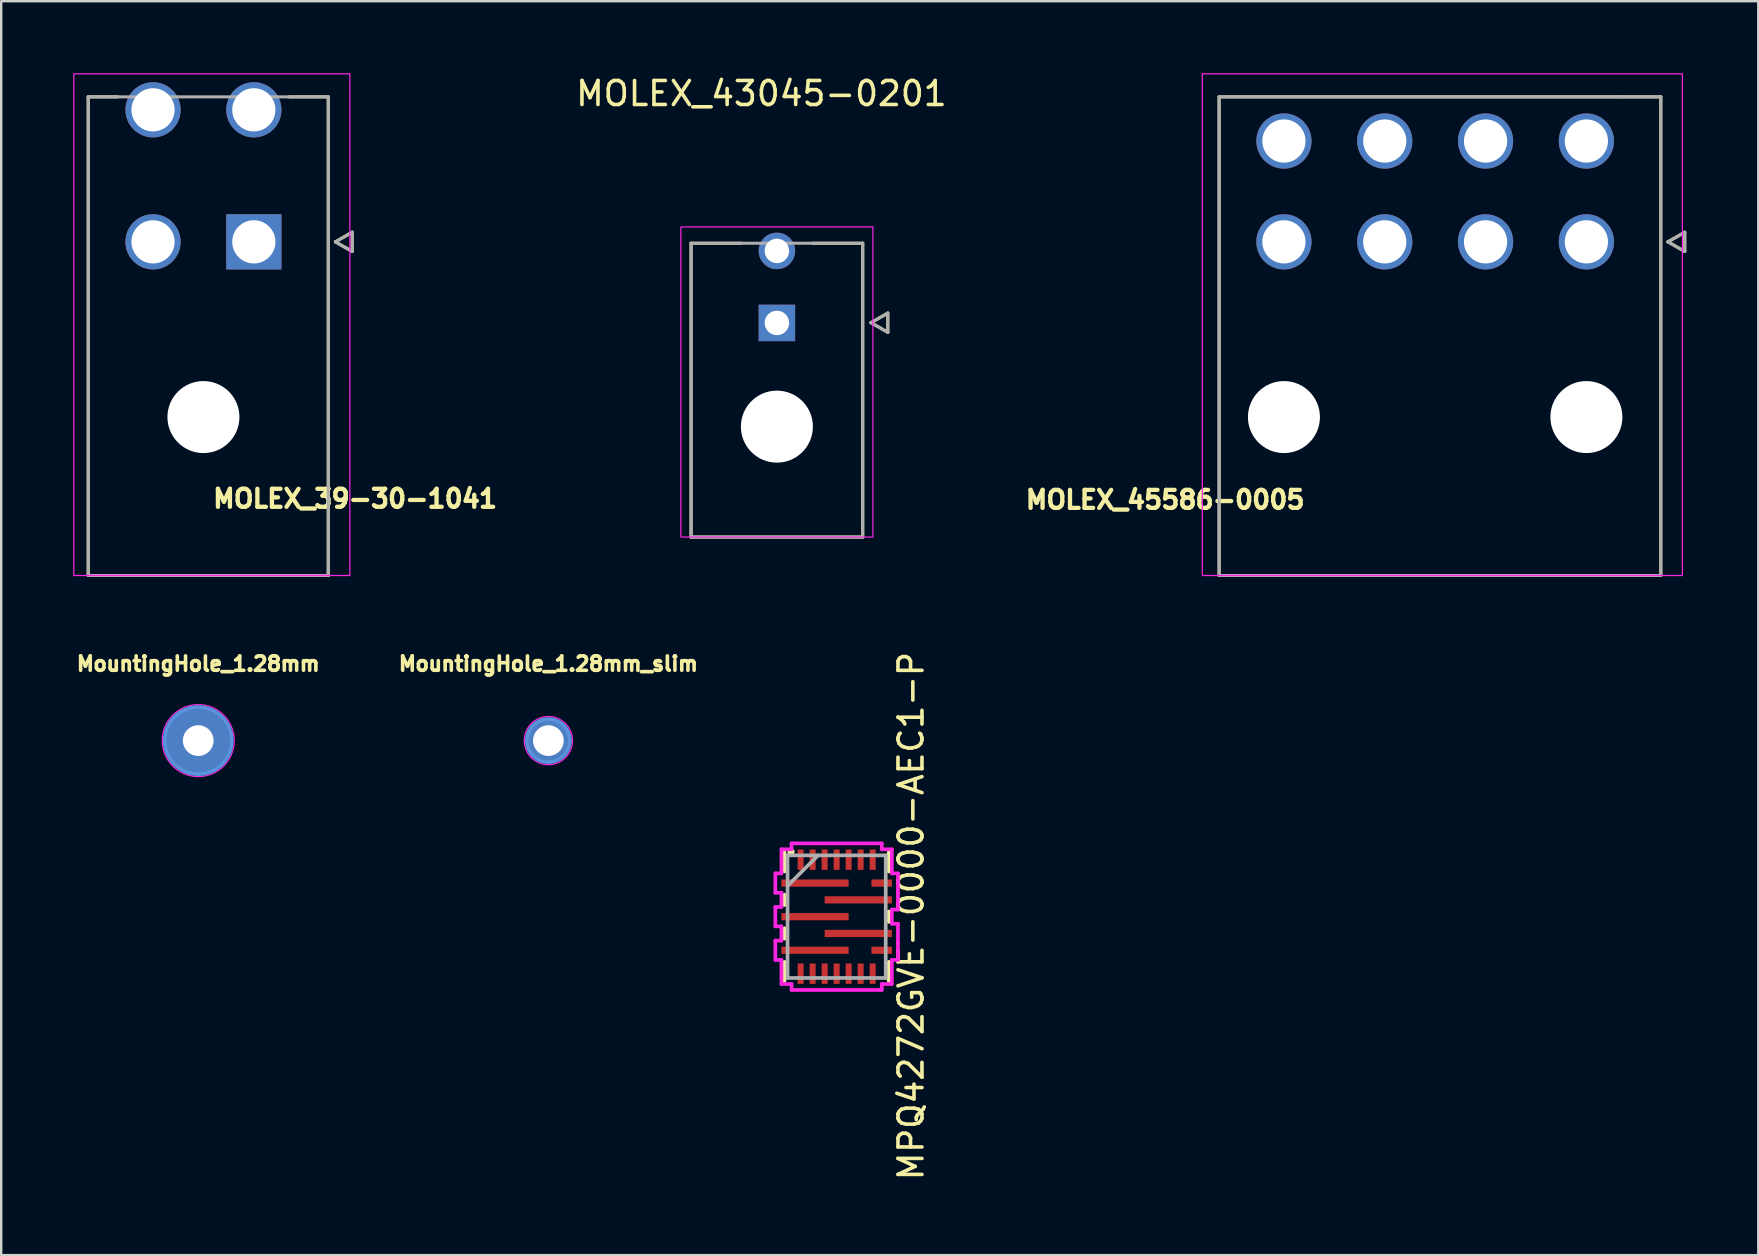
<source format=kicad_pcb>
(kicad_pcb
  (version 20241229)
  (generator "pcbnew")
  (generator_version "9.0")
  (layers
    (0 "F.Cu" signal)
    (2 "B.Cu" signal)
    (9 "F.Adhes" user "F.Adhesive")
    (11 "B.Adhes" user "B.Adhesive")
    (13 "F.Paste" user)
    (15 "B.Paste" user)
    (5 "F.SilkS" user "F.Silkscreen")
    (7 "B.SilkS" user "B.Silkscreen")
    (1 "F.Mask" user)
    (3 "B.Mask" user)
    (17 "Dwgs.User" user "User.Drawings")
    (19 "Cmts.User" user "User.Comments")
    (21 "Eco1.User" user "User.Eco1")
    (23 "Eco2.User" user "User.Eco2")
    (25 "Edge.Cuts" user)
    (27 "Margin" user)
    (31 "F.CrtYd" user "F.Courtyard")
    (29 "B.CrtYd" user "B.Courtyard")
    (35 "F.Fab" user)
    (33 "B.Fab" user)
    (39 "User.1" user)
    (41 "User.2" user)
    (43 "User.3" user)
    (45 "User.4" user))
  (footprint "MountingHole_1.28mm_slim"
    (layer "F.Cu")
    (at 19.795 27.803)
    (property "Reference" "MountingHole_1.28mm_slim" (at 0 -3.2 0) (layer "F.SilkS") (effects (font (size 0.6 0.6) (thickness 0.15))))
    (attr exclude_from_pos_files)
    (fp_circle (center 0 0) (end 0.9 0) (stroke (width 0.15) (type solid)) (fill no) (layer "Cmts.User"))
    (fp_circle (center 0 0) (end 1 0.1) (stroke (width 0.05) (type solid)) (fill no) (layer "F.CrtYd"))
    (pad "1" thru_hole circle (at 0 0) (size 1.8 1.8) (drill 1.28) (layers "*.Cu" "*.Mask")))
  (footprint "MPQ4272GVE-0000-AEC1-P"
    (layer "F.Cu")
    (at 31.804 35.138)
    (property "Reference" "MPQ4272GVE-0000-AEC1-P" (at 3.1 -0.025 90) (layer "F.SilkS") (effects (font (size 1 1) (thickness 0.15))))
    (attr smd)
    (fp_line (start -2.172 -2.68) (end -2.172 -1.883) (stroke (width 0.152) (type solid)) (layer "F.SilkS"))
    (fp_line (start -2.172 -0.917) (end -2.172 -0.483) (stroke (width 0.152) (type solid)) (layer "F.SilkS"))
    (fp_line (start -2.172 0.483) (end -2.172 0.917) (stroke (width 0.152) (type solid)) (layer "F.SilkS"))
    (fp_line (start -2.172 1.883) (end -2.172 2.68) (stroke (width 0.152) (type solid)) (layer "F.SilkS"))
    (fp_line (start 2.172 -1.883) (end 2.172 -2.68) (stroke (width 0.152) (type solid)) (layer "F.SilkS"))
    (fp_line (start 2.172 0.217) (end 2.172 -0.217) (stroke (width 0.152) (type solid)) (layer "F.SilkS"))
    (fp_line (start 2.172 2.68) (end 2.172 1.883) (stroke (width 0.152) (type solid)) (layer "F.SilkS"))
    (fp_circle (center -1.9 -2.7) (end -1.8 -2.7) (stroke (width 0.1) (type solid)) (fill yes) (layer "F.SilkS"))
    (fp_line (start -2.554 -1.804) (end -2.554 -0.996) (stroke (width 0.152) (type solid)) (layer "F.CrtYd"))
    (fp_line (start -2.554 -0.996) (end -2.299 -0.996) (stroke (width 0.152) (type solid)) (layer "F.CrtYd"))
    (fp_line (start -2.554 -0.404) (end -2.554 0.404) (stroke (width 0.152) (type solid)) (layer "F.CrtYd"))
    (fp_line (start -2.554 0.404) (end -2.299 0.404) (stroke (width 0.152) (type solid)) (layer "F.CrtYd"))
    (fp_line (start -2.554 0.996) (end -2.554 1.804) (stroke (width 0.152) (type solid)) (layer "F.CrtYd"))
    (fp_line (start -2.554 1.804) (end -2.299 1.804) (stroke (width 0.152) (type solid)) (layer "F.CrtYd"))
    (fp_line (start -2.299 -2.807) (end -2.299 -1.804) (stroke (width 0.152) (type solid)) (layer "F.CrtYd"))
    (fp_line (start -2.299 -1.804) (end -2.554 -1.804) (stroke (width 0.152) (type solid)) (layer "F.CrtYd"))
    (fp_line (start -2.299 -0.996) (end -2.299 -0.404) (stroke (width 0.152) (type solid)) (layer "F.CrtYd"))
    (fp_line (start -2.299 -0.404) (end -2.554 -0.404) (stroke (width 0.152) (type solid)) (layer "F.CrtYd"))
    (fp_line (start -2.299 0.404) (end -2.299 0.996) (stroke (width 0.152) (type solid)) (layer "F.CrtYd"))
    (fp_line (start -2.299 0.996) (end -2.554 0.996) (stroke (width 0.152) (type solid)) (layer "F.CrtYd"))
    (fp_line (start -2.299 1.804) (end -2.299 2.807) (stroke (width 0.152) (type solid)) (layer "F.CrtYd"))
    (fp_line (start -2.299 2.807) (end -1.879 2.807) (stroke (width 0.152) (type solid)) (layer "F.CrtYd"))
    (fp_line (start -1.879 -3.054) (end -1.879 -2.807) (stroke (width 0.152) (type solid)) (layer "F.CrtYd"))
    (fp_line (start -1.879 -2.807) (end -2.299 -2.807) (stroke (width 0.152) (type solid)) (layer "F.CrtYd"))
    (fp_line (start -1.879 2.807) (end -1.879 3.054) (stroke (width 0.152) (type solid)) (layer "F.CrtYd"))
    (fp_line (start -1.879 3.054) (end 1.879 3.054) (stroke (width 0.152) (type solid)) (layer "F.CrtYd"))
    (fp_line (start 1.879 -3.054) (end -1.879 -3.054) (stroke (width 0.152) (type solid)) (layer "F.CrtYd"))
    (fp_line (start 1.879 -2.807) (end 1.879 -3.054) (stroke (width 0.152) (type solid)) (layer "F.CrtYd"))
    (fp_line (start 1.879 2.807) (end 2.299 2.807) (stroke (width 0.152) (type solid)) (layer "F.CrtYd"))
    (fp_line (start 1.879 3.054) (end 1.879 2.807) (stroke (width 0.152) (type solid)) (layer "F.CrtYd"))
    (fp_line (start 2.299 -2.807) (end 1.879 -2.807) (stroke (width 0.152) (type solid)) (layer "F.CrtYd"))
    (fp_line (start 2.299 -1.804) (end 2.299 -2.807) (stroke (width 0.152) (type solid)) (layer "F.CrtYd"))
    (fp_line (start 2.299 -0.296) (end 2.554 -0.296) (stroke (width 0.152) (type solid)) (layer "F.CrtYd"))
    (fp_line (start 2.299 0.296) (end 2.299 -0.296) (stroke (width 0.152) (type solid)) (layer "F.CrtYd"))
    (fp_line (start 2.299 1.804) (end 2.554 1.804) (stroke (width 0.152) (type solid)) (layer "F.CrtYd"))
    (fp_line (start 2.299 2.807) (end 2.299 1.804) (stroke (width 0.152) (type solid)) (layer "F.CrtYd"))
    (fp_line (start 2.554 -1.804) (end 2.299 -1.804) (stroke (width 0.152) (type solid)) (layer "F.CrtYd"))
    (fp_line (start 2.554 -0.996) (end 2.554 -1.804) (stroke (width 0.152) (type solid)) (layer "F.CrtYd"))
    (fp_line (start 2.554 -0.996) (end 2.554 -0.996) (stroke (width 0.152) (type solid)) (layer "F.CrtYd"))
    (fp_line (start 2.554 -0.296) (end 2.554 -0.996) (stroke (width 0.152) (type solid)) (layer "F.CrtYd"))
    (fp_line (start 2.554 0.296) (end 2.299 0.296) (stroke (width 0.152) (type solid)) (layer "F.CrtYd"))
    (fp_line (start 2.554 1.104) (end 2.554 0.296) (stroke (width 0.152) (type solid)) (layer "F.CrtYd"))
    (fp_line (start 2.554 1.104) (end 2.554 1.104) (stroke (width 0.152) (type solid)) (layer "F.CrtYd"))
    (fp_line (start 2.554 1.804) (end 2.554 1.104) (stroke (width 0.152) (type solid)) (layer "F.CrtYd"))
    (fp_line (start -2.045 -2.553) (end -2.045 2.553) (stroke (width 0.152) (type solid)) (layer "F.Fab"))
    (fp_line (start -2.045 -1.283) (end -0.775 -2.553) (stroke (width 0.152) (type solid)) (layer "F.Fab"))
    (fp_line (start -2.045 2.553) (end 2.045 2.553) (stroke (width 0.152) (type solid)) (layer "F.Fab"))
    (fp_line (start 2.045 -2.553) (end -2.045 -2.553) (stroke (width 0.152) (type solid)) (layer "F.Fab"))
    (fp_line (start 2.045 2.553) (end 2.045 -2.553) (stroke (width 0.152) (type solid)) (layer "F.Fab"))
    (pad "1" smd rect (at -0.9 -1.4) (size 2.8 0.3) (layers "F.Cu" "F.Mask" "F.Paste"))
    (pad "2" smd rect (at -0.9 0) (size 2.8 0.3) (layers "F.Cu" "F.Mask" "F.Paste"))
    (pad "3" smd rect (at -0.9 1.4) (size 2.8 0.3) (layers "F.Cu" "F.Mask" "F.Paste"))
    (pad "4" smd rect (at -1.5 2.375 90) (size 0.85 0.25) (layers "F.Cu" "F.Mask" "F.Paste"))
    (pad "5" smd rect (at -1 2.375 90) (size 0.85 0.25) (layers "F.Cu" "F.Mask" "F.Paste"))
    (pad "6" smd rect (at -0.5 2.375 90) (size 0.85 0.25) (layers "F.Cu" "F.Mask" "F.Paste"))
    (pad "7" smd rect (at 0 2.375 90) (size 0.85 0.25) (layers "F.Cu" "F.Mask" "F.Paste"))
    (pad "8" smd rect (at 0.5 2.375 90) (size 0.85 0.25) (layers "F.Cu" "F.Mask" "F.Paste"))
    (pad "9" smd rect (at 1 2.375 90) (size 0.85 0.25) (layers "F.Cu" "F.Mask" "F.Paste"))
    (pad "10" smd rect (at 1.5 2.375 90) (size 0.85 0.25) (layers "F.Cu" "F.Mask" "F.Paste"))
    (pad "11" smd rect (at 1.875 1.4) (size 0.85 0.3) (layers "F.Cu" "F.Mask" "F.Paste"))
    (pad "12" smd rect (at 0.9 0.7) (size 2.8 0.3) (layers "F.Cu" "F.Mask" "F.Paste"))
    (pad "13" smd rect (at 0.9 -0.7) (size 2.8 0.3) (layers "F.Cu" "F.Mask" "F.Paste"))
    (pad "14" smd rect (at 1.875 -1.4) (size 0.85 0.3) (layers "F.Cu" "F.Mask" "F.Paste"))
    (pad "15" smd rect (at 1.5 -2.375 90) (size 0.85 0.25) (layers "F.Cu" "F.Mask" "F.Paste"))
    (pad "16" smd rect (at 1 -2.375 90) (size 0.85 0.25) (layers "F.Cu" "F.Mask" "F.Paste"))
    (pad "17" smd rect (at 0.5 -2.375 90) (size 0.85 0.25) (layers "F.Cu" "F.Mask" "F.Paste"))
    (pad "18" smd rect (at 0 -2.375 90) (size 0.85 0.25) (layers "F.Cu" "F.Mask" "F.Paste"))
    (pad "19" smd rect (at -0.5 -2.375 90) (size 0.85 0.25) (layers "F.Cu" "F.Mask" "F.Paste"))
    (pad "20" smd rect (at -1 -2.375 90) (size 0.85 0.25) (layers "F.Cu" "F.Mask" "F.Paste"))
    (pad "21" smd rect (at -1.5 -2.375 90) (size 0.85 0.25) (layers "F.Cu" "F.Mask" "F.Paste")))
  (footprint "MOLEX_45586-0005"
    (layer "F.Cu")
    (at 63.038 7.025)
    (property "Reference" "MOLEX_45586-0005" (at -17.548 10.745 0) (unlocked yes) (layer "F.SilkS") (effects (font (size 0.75 0.75) (thickness 0.18) (bold yes))))
    (attr through_hole)
    (fp_line (start -15.3 -6.04) (end 1.476 -6.04) (stroke (width 0.127) (type solid)) (layer "F.SilkS"))
    (fp_line (start -15.3 13.9) (end -15.3 -6.04) (stroke (width 0.127) (type solid)) (layer "F.SilkS"))
    (fp_line (start 3.1 -6.04) (end 1.476 -6.04) (stroke (width 0.127) (type solid)) (layer "F.SilkS"))
    (fp_line (start 3.1 -6.04) (end 3.1 13.9) (stroke (width 0.127) (type solid)) (layer "F.SilkS"))
    (fp_line (start 3.1 13.9) (end -15.3 13.9) (stroke (width 0.127) (type solid)) (layer "F.SilkS"))
    (fp_line (start 3.397 0) (end 4.097 0.4) (stroke (width 0.127) (type solid)) (layer "F.SilkS"))
    (fp_line (start 4.097 -0.4) (end 3.397 0) (stroke (width 0.127) (type solid)) (layer "F.SilkS"))
    (fp_line (start 4.097 0.4) (end 4.097 -0.4) (stroke (width 0.127) (type solid)) (layer "F.SilkS"))
    (fp_rect (start -16 -7) (end 4 13.9) (stroke (width 0.05) (type default)) (fill no) (layer "F.CrtYd"))
    (fp_line (start -15.3 -6.04) (end 3.1 -6.04) (stroke (width 0.127) (type solid)) (layer "F.Fab"))
    (fp_line (start -15.3 13.9) (end -15.3 -6.04) (stroke (width 0.127) (type solid)) (layer "F.Fab"))
    (fp_line (start 3.1 -6.04) (end 3.1 13.9) (stroke (width 0.127) (type solid)) (layer "F.Fab"))
    (fp_line (start 3.1 13.9) (end -15.3 13.9) (stroke (width 0.127) (type solid)) (layer "F.Fab"))
    (fp_line (start 3.397 0) (end 4.097 0.4) (stroke (width 0.127) (type solid)) (layer "F.Fab"))
    (fp_line (start 4.097 -0.4) (end 3.397 0) (stroke (width 0.127) (type solid)) (layer "F.Fab"))
    (fp_line (start 4.097 0.4) (end 4.097 -0.4) (stroke (width 0.127) (type solid)) (layer "F.Fab"))
    (pad "" np_thru_hole circle (at -12.6 7.3) (size 3 3) (drill 3) (layers "*.Cu" "*.Mask"))
    (pad "" np_thru_hole circle (at 0 7.3) (size 3 3) (drill 3) (layers "*.Cu" "*.Mask"))
    (pad "1" thru_hole circle (at 0 0) (size 2.3 2.3) (drill 1.8) (layers "*.Cu" "*.Mask"))
    (pad "2" thru_hole circle (at -4.2 0) (size 2.3 2.3) (drill 1.8) (layers "*.Cu" "*.Mask"))
    (pad "3" thru_hole circle (at -8.4 0) (size 2.3 2.3) (drill 1.8) (layers "*.Cu" "*.Mask"))
    (pad "4" thru_hole circle (at -12.6 0) (size 2.3 2.3) (drill 1.8) (layers "*.Cu" "*.Mask"))
    (pad "5" thru_hole circle (at 0 -4.2) (size 2.3 2.3) (drill 1.8) (layers "*.Cu" "*.Mask"))
    (pad "6" thru_hole circle (at -4.2 -4.2) (size 2.3 2.3) (drill 1.8) (layers "*.Cu" "*.Mask"))
    (pad "7" thru_hole circle (at -8.4 -4.2) (size 2.3 2.3) (drill 1.8) (layers "*.Cu" "*.Mask"))
    (pad "8" thru_hole circle (at -12.6 -4.2) (size 2.3 2.3) (drill 1.8) (layers "*.Cu" "*.Mask")))
  (footprint "MOLEX_39-30-1041"
    (layer "F.Cu")
    (at 7.525 7.025)
    (property "Reference" "MOLEX_39-30-1041" (at 4.218 10.7 0) (unlocked yes) (layer "F.SilkS") (effects (font (size 0.75 0.75) (thickness 0.18) (bold yes))))
    (attr through_hole)
    (fp_circle (center -4.2 -5.5) (end -3.587 -5.5) (stroke (width 1.226) (type solid)) (fill no) (layer "F.Mask"))
    (fp_circle (center -4.2 0) (end -3.587 0) (stroke (width 1.226) (type solid)) (fill no) (layer "F.Mask"))
    (fp_circle (center -2.1 7.3) (end -1.312 7.3) (stroke (width 1.576) (type solid)) (fill no) (layer "F.Mask"))
    (fp_circle (center 0 -5.5) (end 0.613 -5.5) (stroke (width 1.226) (type solid)) (fill no) (layer "F.Mask"))
    (fp_poly (pts (xy -1.226 -1.226) (xy 1.226 -1.226) (xy 1.226 1.226) (xy -1.226 1.226)) (stroke (width 0.01) (type solid)) (fill yes) (layer "F.Mask"))
    (fp_circle (center -4.2 -5.5) (end -3.587 -5.5) (stroke (width 1.226) (type solid)) (fill no) (layer "B.Mask"))
    (fp_circle (center -4.2 0) (end -3.587 0) (stroke (width 1.226) (type solid)) (fill no) (layer "B.Mask"))
    (fp_circle (center -2.1 7.3) (end -1.312 7.3) (stroke (width 1.576) (type solid)) (fill no) (layer "B.Mask"))
    (fp_circle (center 0 -5.5) (end 0.613 -5.5) (stroke (width 1.226) (type solid)) (fill no) (layer "B.Mask"))
    (fp_poly (pts (xy -1.226 -1.226) (xy 1.226 -1.226) (xy 1.226 1.226) (xy -1.226 1.226)) (stroke (width 0.01) (type solid)) (fill yes) (layer "B.Mask"))
    (fp_line (start -6.9 -6.04) (end -5.676 -6.04) (stroke (width 0.127) (type solid)) (layer "F.SilkS"))
    (fp_line (start -6.9 13.9) (end -6.9 -6.04) (stroke (width 0.127) (type solid)) (layer "F.SilkS"))
    (fp_line (start 3.1 -6.04) (end 1.476 -6.04) (stroke (width 0.127) (type solid)) (layer "F.SilkS"))
    (fp_line (start 3.1 -6.04) (end 3.1 13.9) (stroke (width 0.127) (type solid)) (layer "F.SilkS"))
    (fp_line (start 3.1 13.9) (end -6.9 13.9) (stroke (width 0.127) (type solid)) (layer "F.SilkS"))
    (fp_line (start 3.397 0) (end 4.097 0.4) (stroke (width 0.127) (type solid)) (layer "F.SilkS"))
    (fp_line (start 4.097 -0.4) (end 3.397 0) (stroke (width 0.127) (type solid)) (layer "F.SilkS"))
    (fp_line (start 4.097 0.4) (end 4.097 -0.4) (stroke (width 0.127) (type solid)) (layer "F.SilkS"))
    (fp_rect (start -7.5 -7) (end 4 13.9) (stroke (width 0.05) (type default)) (fill no) (layer "F.CrtYd"))
    (fp_line (start -6.9 -6.04) (end 3.1 -6.04) (stroke (width 0.127) (type solid)) (layer "F.Fab"))
    (fp_line (start -6.9 13.9) (end -6.9 -6.04) (stroke (width 0.127) (type solid)) (layer "F.Fab"))
    (fp_line (start 3.1 -6.04) (end 3.1 13.9) (stroke (width 0.127) (type solid)) (layer "F.Fab"))
    (fp_line (start 3.1 13.9) (end -6.9 13.9) (stroke (width 0.127) (type solid)) (layer "F.Fab"))
    (fp_line (start 3.397 0) (end 4.097 0.4) (stroke (width 0.127) (type solid)) (layer "F.Fab"))
    (fp_line (start 4.097 -0.4) (end 3.397 0) (stroke (width 0.127) (type solid)) (layer "F.Fab"))
    (fp_line (start 4.097 0.4) (end 4.097 -0.4) (stroke (width 0.127) (type solid)) (layer "F.Fab"))
    (pad "" np_thru_hole circle (at -2.1 7.3) (size 3 3) (drill 3) (layers "*.Cu" "*.Mask"))
    (pad "1" thru_hole circle (at -4.2 0) (size 2.3 2.3) (drill 1.8) (layers "*.Cu"))
    (pad "2" thru_hole circle (at -4.2 -5.5) (size 2.3 2.3) (drill 1.8) (layers "*.Cu"))
    (pad "3" thru_hole rect (at 0 0) (size 2.3 2.3) (drill 1.8) (layers "*.Cu"))
    (pad "4" thru_hole circle (at 0 -5.5) (size 2.3 2.3) (drill 1.8) (layers "*.Cu")))
  (footprint "MOLEX_43045-0201"
    (layer "F.Cu")
    (at 29.315 10.403)
    (property "Reference" "MOLEX_43045-0201" (at -0.645 -9.555 0) (layer "F.SilkS") (effects (font (size 1 1) (thickness 0.15))))
    (attr through_hole)
    (fp_line (start -3.575 -3.32) (end -3.575 8.92) (stroke (width 0.127) (type solid)) (layer "F.SilkS"))
    (fp_line (start -3.575 8.92) (end 3.575 8.92) (stroke (width 0.127) (type solid)) (layer "F.SilkS"))
    (fp_line (start -1.5 -3.32) (end -3.575 -3.32) (stroke (width 0.127) (type solid)) (layer "F.SilkS"))
    (fp_line (start 3.575 -3.32) (end 1.5 -3.32) (stroke (width 0.127) (type solid)) (layer "F.SilkS"))
    (fp_line (start 3.575 8.92) (end 3.575 -3.32) (stroke (width 0.127) (type solid)) (layer "F.SilkS"))
    (fp_line (start 3.92 -0.01) (end 4.62 0.39) (stroke (width 0.127) (type solid)) (layer "F.SilkS"))
    (fp_line (start 4.62 -0.41) (end 3.92 -0.01) (stroke (width 0.127) (type solid)) (layer "F.SilkS"))
    (fp_line (start 4.62 0.39) (end 4.62 -0.41) (stroke (width 0.127) (type solid)) (layer "F.SilkS"))
    (fp_rect (start -4 -4) (end 4 8.92) (stroke (width 0.05) (type default)) (fill no) (layer "F.CrtYd"))
    (fp_line (start -3.575 -3.32) (end -3.575 8.92) (stroke (width 0.127) (type solid)) (layer "F.Fab"))
    (fp_line (start -3.575 8.92) (end 3.575 8.92) (stroke (width 0.127) (type solid)) (layer "F.Fab"))
    (fp_line (start 3.575 -3.32) (end -3.575 -3.32) (stroke (width 0.127) (type solid)) (layer "F.Fab"))
    (fp_line (start 3.575 8.92) (end 3.575 -3.32) (stroke (width 0.127) (type solid)) (layer "F.Fab"))
    (fp_line (start 3.92 -0.01) (end 4.62 0.39) (stroke (width 0.127) (type solid)) (layer "F.Fab"))
    (fp_line (start 4.62 -0.41) (end 3.92 -0.01) (stroke (width 0.127) (type solid)) (layer "F.Fab"))
    (fp_line (start 4.62 0.39) (end 4.62 -0.41) (stroke (width 0.127) (type solid)) (layer "F.Fab"))
    (pad "" np_thru_hole circle (at 0 4.32) (size 3 3) (drill 3) (layers "*.Cu" "*.Mask"))
    (pad "1" thru_hole rect (at 0 0) (size 1.52 1.52) (drill 1.02) (layers "*.Cu" "*.Mask"))
    (pad "2" thru_hole circle (at 0 -3) (size 1.52 1.52) (drill 1.02) (layers "*.Cu" "*.Mask")))
  (footprint "MountingHole_1.28mm"
    (layer "F.Cu")
    (at 5.208 27.803)
    (property "Reference" "MountingHole_1.28mm" (at 0 -3.2 0) (layer "F.SilkS") (effects (font (size 0.6 0.6) (thickness 0.15))))
    (attr through_hole)
    (fp_circle (center 0 0) (end 1.4 0) (stroke (width 0.15) (type solid)) (fill no) (layer "Cmts.User"))
    (fp_circle (center 0 0) (end 1.5 0) (stroke (width 0.05) (type solid)) (fill no) (layer "F.CrtYd"))
    (pad "1" thru_hole circle (at 0 0) (size 2.8 2.8) (drill 1.28) (layers "*.Cu" "*.Mask")))
  (gr_rect
    (start -3 -3)
    (end 70.198 49.239)
    (stroke (width 0.1) (type default))
    (fill no)
    (layer "Edge.Cuts")))
</source>
